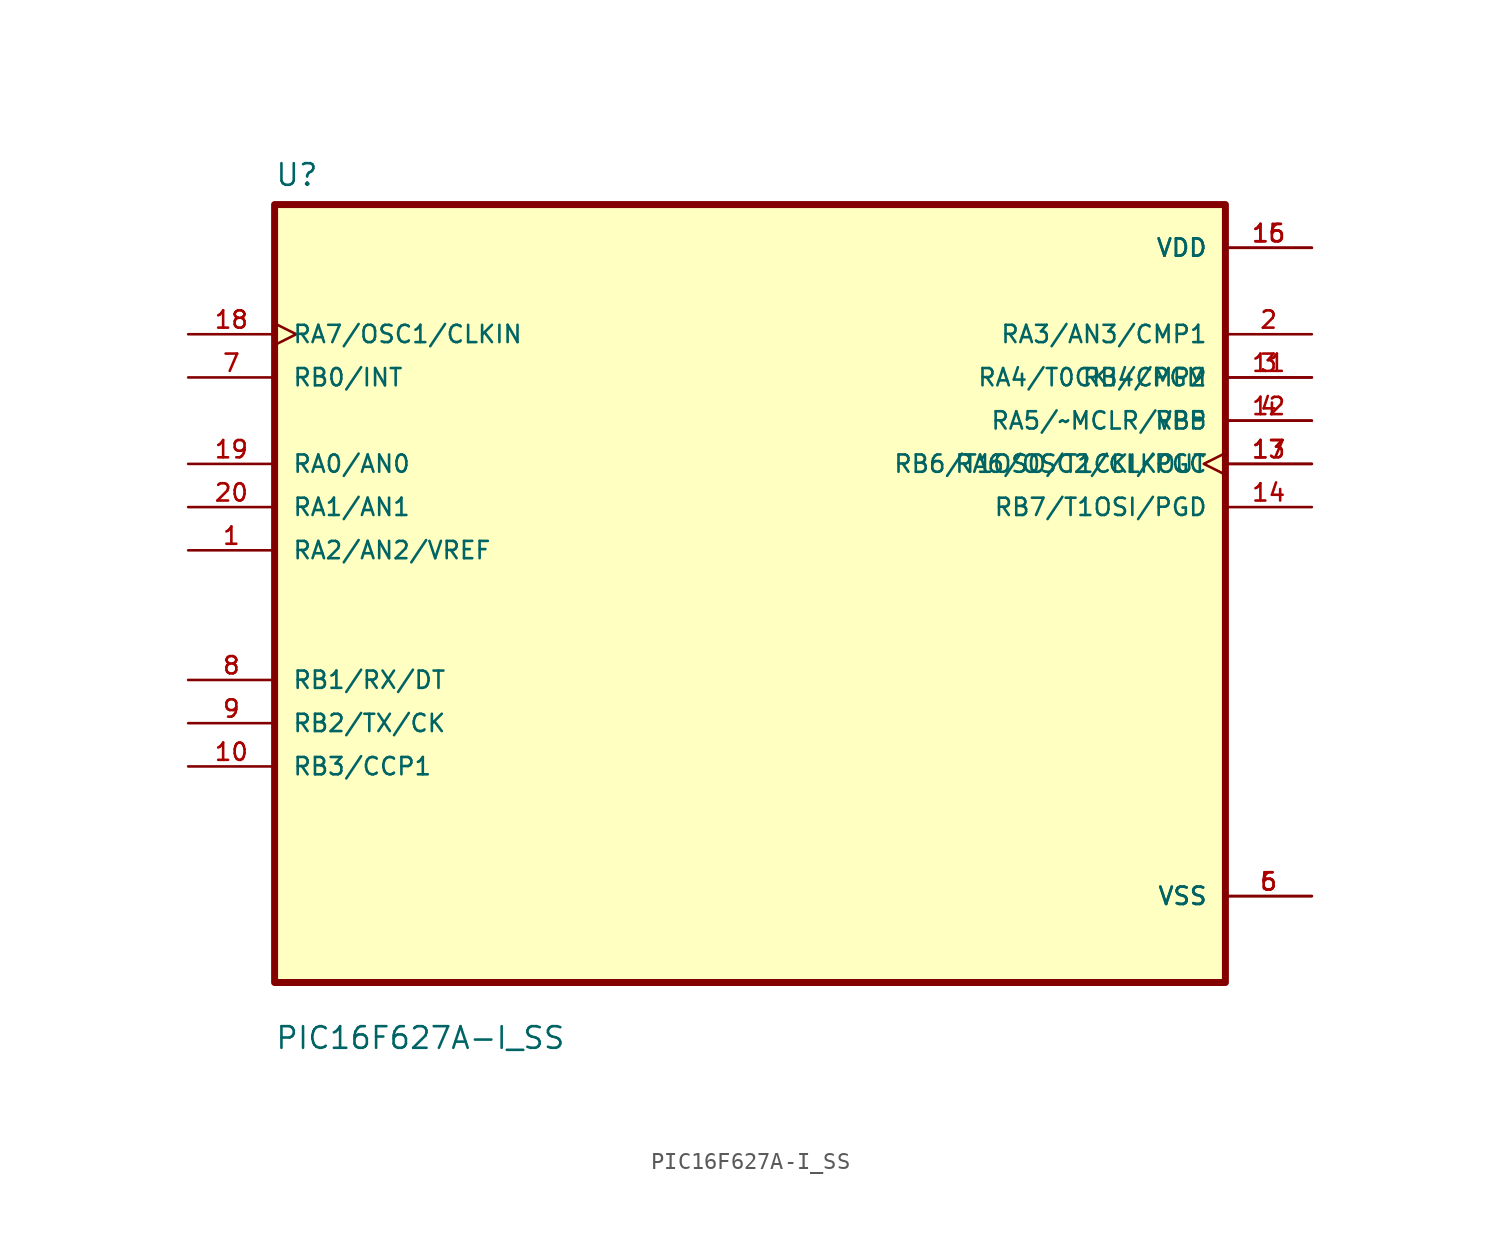
<source format=kicad_sym>
(kicad_symbol_lib
  (version 20211014)
  (generator kicad_symbol_editor)
  (symbol "PIC16F627A-I_SS"
    (pin_names
      (offset 1.016))
    (property "Reference" "U"
      (at -27.94 23.86 0.0)
      (effects (font (size 1.27 1.27)) (justify bottom left)))
    (property "Value" "PIC16F627A-I_SS"
      (at -27.94 -26.86 0.0)
      (effects (font (size 1.27 1.27)) (justify bottom left)))
    (symbol "PIC16F627A-I_SS_0_0"
      (rectangle (start -27.94 -22.86) (end 27.94 22.86) (stroke (width 0.41)) (fill (type background)))
      (pin input clock (at -33.02 15.24 0) (length 5.08) (name "RA7/OSC1/CLKIN" (effects (font (size 1.016 1.016)))) (number "18" (effects (font (size 1.016 1.016)))))
      (pin input line (at -33.02 12.7 0) (length 5.08) (name "RB0/INT" (effects (font (size 1.016 1.016)))) (number "7" (effects (font (size 1.016 1.016)))))
      (pin bidirectional line (at -33.02 7.62 0) (length 5.08) (name "RA0/AN0" (effects (font (size 1.016 1.016)))) (number "19" (effects (font (size 1.016 1.016)))))
      (pin bidirectional line (at -33.02 5.08 0) (length 5.08) (name "RA1/AN1" (effects (font (size 1.016 1.016)))) (number "20" (effects (font (size 1.016 1.016)))))
      (pin bidirectional line (at -33.02 2.54 0) (length 5.08) (name "RA2/AN2/VREF" (effects (font (size 1.016 1.016)))) (number "1" (effects (font (size 1.016 1.016)))))
      (pin bidirectional line (at -33.02 -5.08 0) (length 5.08) (name "RB1/RX/DT" (effects (font (size 1.016 1.016)))) (number "8" (effects (font (size 1.016 1.016)))))
      (pin bidirectional line (at -33.02 -7.62 0) (length 5.08) (name "RB2/TX/CK" (effects (font (size 1.016 1.016)))) (number "9" (effects (font (size 1.016 1.016)))))
      (pin bidirectional line (at -33.02 -10.16 0) (length 5.08) (name "RB3/CCP1" (effects (font (size 1.016 1.016)))) (number "10" (effects (font (size 1.016 1.016)))))
      (pin power_in line (at 33.02 20.32 180.0) (length 5.08) (name "VDD" (effects (font (size 1.016 1.016)))) (number "15" (effects (font (size 1.016 1.016)))))
      (pin power_in line (at 33.02 20.32 180.0) (length 5.08) (name "VDD" (effects (font (size 1.016 1.016)))) (number "16" (effects (font (size 1.016 1.016)))))
      (pin bidirectional line (at 33.02 15.24 180.0) (length 5.08) (name "RA3/AN3/CMP1" (effects (font (size 1.016 1.016)))) (number "2" (effects (font (size 1.016 1.016)))))
      (pin bidirectional line (at 33.02 12.7 180.0) (length 5.08) (name "RA4/T0CKI/CMP2" (effects (font (size 1.016 1.016)))) (number "3" (effects (font (size 1.016 1.016)))))
      (pin bidirectional line (at 33.02 10.16 180.0) (length 5.08) (name "RA5/~MCLR/VPP" (effects (font (size 1.016 1.016)))) (number "4" (effects (font (size 1.016 1.016)))))
      (pin bidirectional clock (at 33.02 7.62 180.0) (length 5.08) (name "RA6/OSC2/CLKOUT" (effects (font (size 1.016 1.016)))) (number "17" (effects (font (size 1.016 1.016)))))
      (pin bidirectional line (at 33.02 12.7 180.0) (length 5.08) (name "RB4/PGM" (effects (font (size 1.016 1.016)))) (number "11" (effects (font (size 1.016 1.016)))))
      (pin bidirectional line (at 33.02 10.16 180.0) (length 5.08) (name "RB5" (effects (font (size 1.016 1.016)))) (number "12" (effects (font (size 1.016 1.016)))))
      (pin bidirectional line (at 33.02 7.62 180.0) (length 5.08) (name "RB6/T1OSO/T1CKI/PGC" (effects (font (size 1.016 1.016)))) (number "13" (effects (font (size 1.016 1.016)))))
      (pin bidirectional line (at 33.02 5.08 180.0) (length 5.08) (name "RB7/T1OSI/PGD" (effects (font (size 1.016 1.016)))) (number "14" (effects (font (size 1.016 1.016)))))
      (pin power_in line (at 33.02 -17.78 180.0) (length 5.08) (name "VSS" (effects (font (size 1.016 1.016)))) (number "5" (effects (font (size 1.016 1.016)))))
      (pin power_in line (at 33.02 -17.78 180.0) (length 5.08) (name "VSS" (effects (font (size 1.016 1.016)))) (number "6" (effects (font (size 1.016 1.016))))))))
</source>
